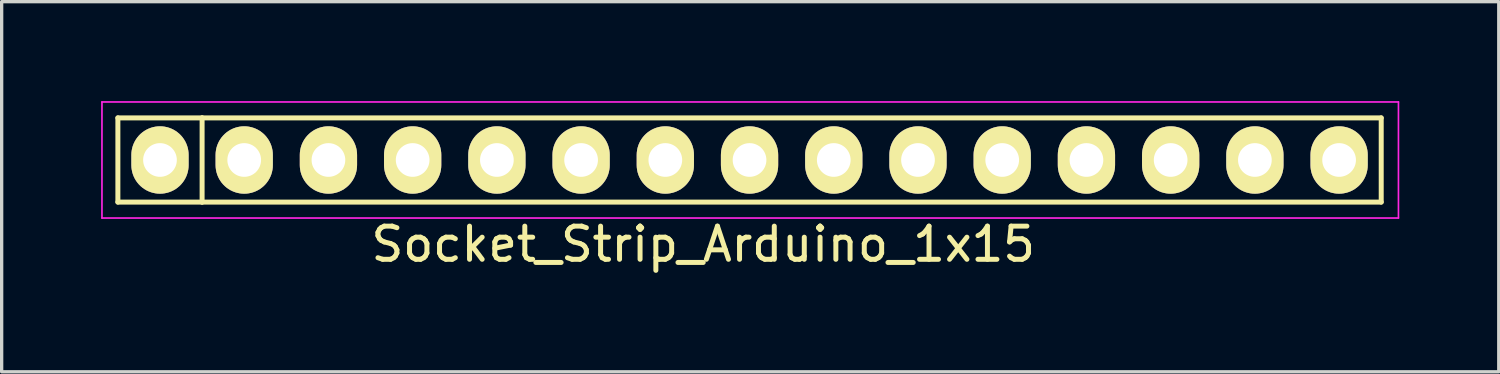
<source format=kicad_pcb>
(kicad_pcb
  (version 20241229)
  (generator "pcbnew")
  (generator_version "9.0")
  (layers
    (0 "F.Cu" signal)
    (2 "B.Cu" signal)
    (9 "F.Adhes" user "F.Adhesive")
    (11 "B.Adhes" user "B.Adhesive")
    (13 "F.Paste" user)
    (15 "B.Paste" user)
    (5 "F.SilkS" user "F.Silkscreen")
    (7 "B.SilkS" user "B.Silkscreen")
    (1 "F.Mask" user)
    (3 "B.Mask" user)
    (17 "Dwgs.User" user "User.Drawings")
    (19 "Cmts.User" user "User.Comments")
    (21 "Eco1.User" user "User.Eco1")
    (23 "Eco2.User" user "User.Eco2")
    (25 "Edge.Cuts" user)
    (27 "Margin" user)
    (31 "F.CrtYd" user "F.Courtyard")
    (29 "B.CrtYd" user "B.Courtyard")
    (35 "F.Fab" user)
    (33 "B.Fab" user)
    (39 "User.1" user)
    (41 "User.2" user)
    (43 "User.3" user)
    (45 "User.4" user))
  (footprint "Socket_Strip_Arduino_1x15"
    (layer "F.Cu")
    (at 1.775 1.775)
    (property "Reference" "Socket_Strip_Arduino_1x15" (at 16.383 2.54 0) (layer "F.SilkS") (effects (font (size 1 1) (thickness 0.15))))
    (attr through_hole)
    (fp_line (start -1.27 -1.27) (end -1.27 1.27) (stroke (width 0.15) (type solid)) (layer "F.SilkS"))
    (fp_line (start -1.27 1.27) (end 1.27 1.27) (stroke (width 0.15) (type solid)) (layer "F.SilkS"))
    (fp_line (start 1.27 -1.27) (end -1.27 -1.27) (stroke (width 0.15) (type solid)) (layer "F.SilkS"))
    (fp_line (start 1.27 -1.27) (end 36.83 -1.27) (stroke (width 0.15) (type solid)) (layer "F.SilkS"))
    (fp_line (start 1.27 1.27) (end 1.27 -1.27) (stroke (width 0.15) (type solid)) (layer "F.SilkS"))
    (fp_line (start 36.83 -1.27) (end 36.83 1.27) (stroke (width 0.15) (type solid)) (layer "F.SilkS"))
    (fp_line (start 36.83 1.27) (end 1.27 1.27) (stroke (width 0.15) (type solid)) (layer "F.SilkS"))
    (fp_line (start -1.75 -1.75) (end -1.75 1.75) (stroke (width 0.05) (type solid)) (layer "F.CrtYd"))
    (fp_line (start -1.75 -1.75) (end 37.35 -1.75) (stroke (width 0.05) (type solid)) (layer "F.CrtYd"))
    (fp_line (start -1.75 1.75) (end 37.35 1.75) (stroke (width 0.05) (type solid)) (layer "F.CrtYd"))
    (fp_line (start 37.35 -1.75) (end 37.35 1.75) (stroke (width 0.05) (type solid)) (layer "F.CrtYd"))
    (pad "1" thru_hole oval (at 0 0) (size 1.727 2.032) (drill 1.016) (layers "*.Cu" "*.Mask" "F.SilkS"))
    (pad "2" thru_hole oval (at 2.54 0) (size 1.727 2.032) (drill 1.016) (layers "*.Cu" "*.Mask" "F.SilkS"))
    (pad "3" thru_hole oval (at 5.08 0) (size 1.727 2.032) (drill 1.016) (layers "*.Cu" "*.Mask" "F.SilkS"))
    (pad "4" thru_hole oval (at 7.62 0) (size 1.727 2.032) (drill 1.016) (layers "*.Cu" "*.Mask" "F.SilkS"))
    (pad "5" thru_hole oval (at 10.16 0) (size 1.727 2.032) (drill 1.016) (layers "*.Cu" "*.Mask" "F.SilkS"))
    (pad "6" thru_hole oval (at 12.7 0) (size 1.727 2.032) (drill 1.016) (layers "*.Cu" "*.Mask" "F.SilkS"))
    (pad "7" thru_hole oval (at 15.24 0) (size 1.727 2.032) (drill 1.016) (layers "*.Cu" "*.Mask" "F.SilkS"))
    (pad "8" thru_hole oval (at 17.78 0) (size 1.727 2.032) (drill 1.016) (layers "*.Cu" "*.Mask" "F.SilkS"))
    (pad "9" thru_hole oval (at 20.32 0) (size 1.727 2.032) (drill 1.016) (layers "*.Cu" "*.Mask" "F.SilkS"))
    (pad "10" thru_hole oval (at 22.86 0) (size 1.727 2.032) (drill 1.016) (layers "*.Cu" "*.Mask" "F.SilkS"))
    (pad "11" thru_hole oval (at 25.4 0) (size 1.727 2.032) (drill 1.016) (layers "*.Cu" "*.Mask" "F.SilkS"))
    (pad "12" thru_hole oval (at 27.94 0) (size 1.727 2.032) (drill 1.016) (layers "*.Cu" "*.Mask" "F.SilkS"))
    (pad "13" thru_hole oval (at 30.48 0) (size 1.727 2.032) (drill 1.016) (layers "*.Cu" "*.Mask" "F.SilkS"))
    (pad "14" thru_hole oval (at 33.02 0) (size 1.727 2.032) (drill 1.016) (layers "*.Cu" "*.Mask" "F.SilkS"))
    (pad "15" thru_hole oval (at 35.56 0) (size 1.727 2.032) (drill 1.016) (layers "*.Cu" "*.Mask" "F.SilkS")))
  (gr_rect
    (start -3 -3)
    (end 42.15 8.163)
    (stroke (width 0.1) (type default))
    (fill no)
    (layer "Edge.Cuts")))
</source>
